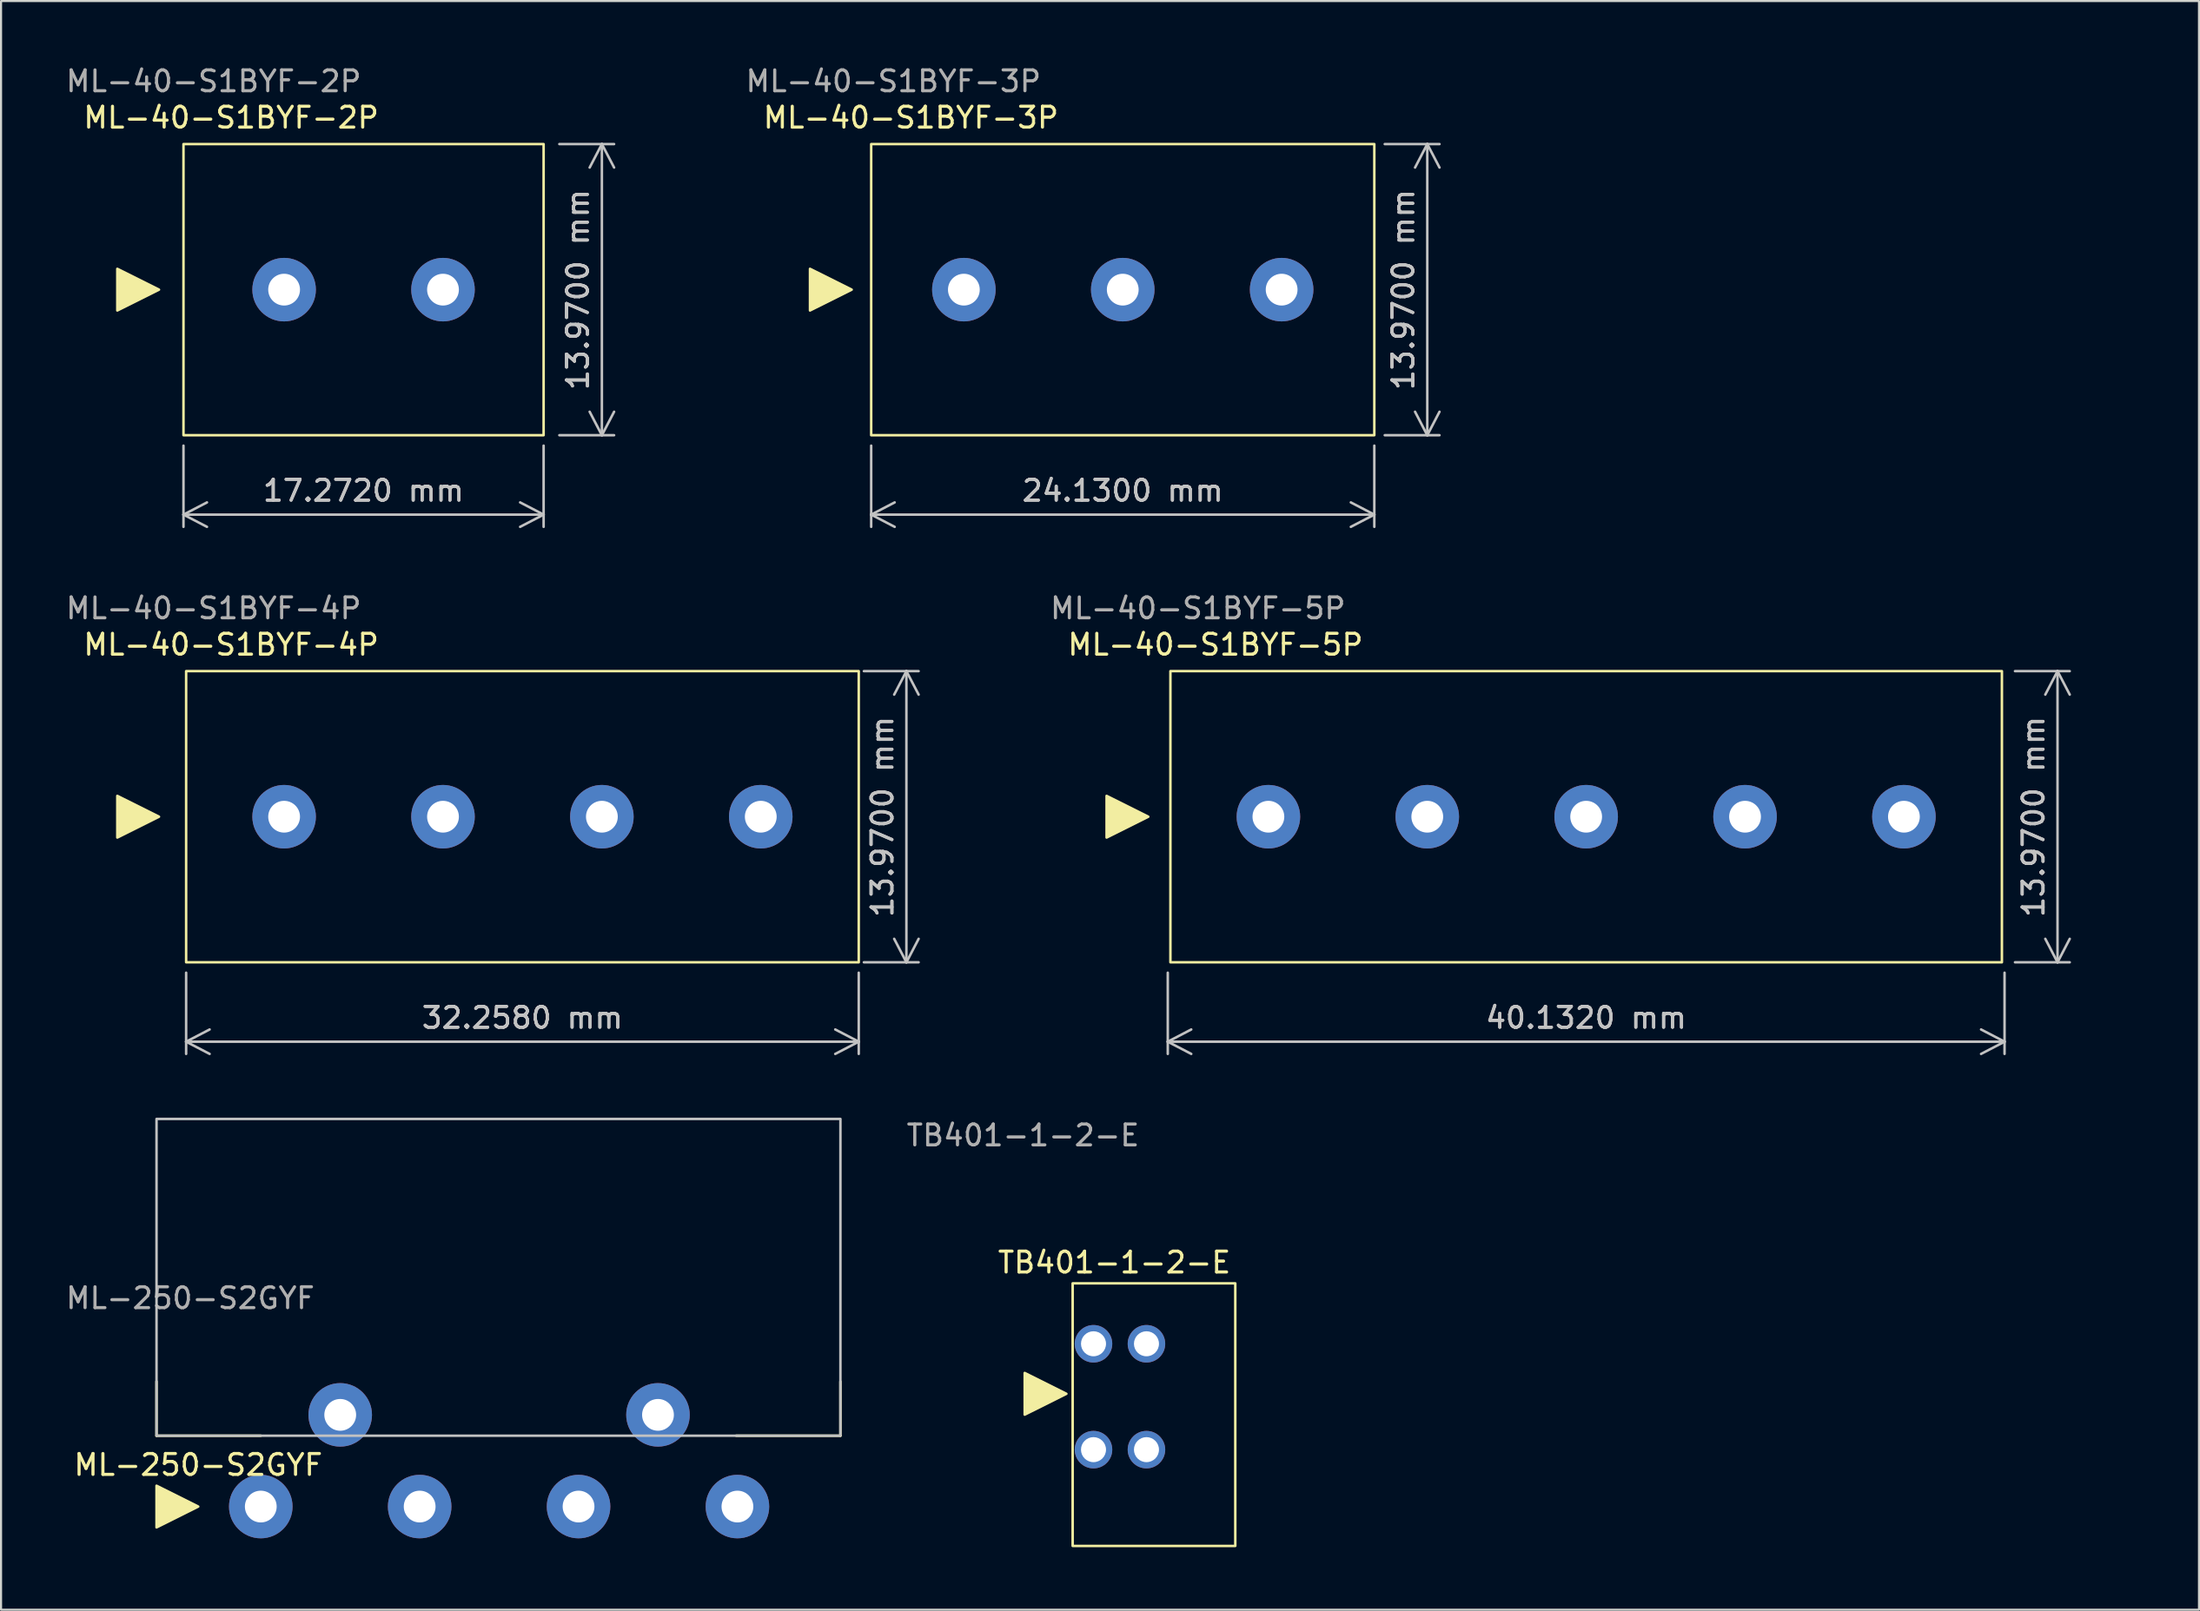
<source format=kicad_pcb>
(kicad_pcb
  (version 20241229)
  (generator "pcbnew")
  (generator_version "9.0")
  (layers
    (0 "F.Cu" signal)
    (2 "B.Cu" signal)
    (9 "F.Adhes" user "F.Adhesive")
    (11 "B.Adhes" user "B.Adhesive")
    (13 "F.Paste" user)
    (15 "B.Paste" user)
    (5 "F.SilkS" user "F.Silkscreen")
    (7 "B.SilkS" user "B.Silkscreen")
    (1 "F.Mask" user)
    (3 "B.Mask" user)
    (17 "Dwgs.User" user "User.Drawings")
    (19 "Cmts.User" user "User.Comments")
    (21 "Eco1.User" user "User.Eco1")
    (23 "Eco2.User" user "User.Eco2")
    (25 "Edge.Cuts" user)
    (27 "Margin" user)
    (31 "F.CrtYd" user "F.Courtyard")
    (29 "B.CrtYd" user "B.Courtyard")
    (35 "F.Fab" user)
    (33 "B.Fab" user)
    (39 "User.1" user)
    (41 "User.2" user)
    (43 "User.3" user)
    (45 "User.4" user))
  (footprint "ML-250-S2GYF"
    (layer "F.Cu")
    (at 9.457 69.239)
    (property "Reference" "ML-250-S2GYF" (at -3 -2 0) (unlocked yes) (layer "F.SilkS") (effects (font (size 1 1) (thickness 0.15))))
    (attr through_hole)
    (fp_line (start -5 -3.4) (end -5 -6) (stroke (width 0.12) (type default)) (layer "F.SilkS"))
    (fp_line (start -5 -3.4) (end 0 -3.4) (stroke (width 0.12) (type default)) (layer "F.SilkS"))
    (fp_line (start 27.8 -3.4) (end 22.8 -3.4) (stroke (width 0.12) (type default)) (layer "F.SilkS"))
    (fp_line (start 27.8 -3.4) (end 27.8 -6) (stroke (width 0.12) (type default)) (layer "F.SilkS"))
    (fp_poly (pts (xy -3 0) (xy -5 -1) (xy -5 1)) (stroke (width 0.12) (type solid)) (fill yes) (layer "F.SilkS"))
    (fp_rect (start -5 -18.6) (end 27.8 -3.4) (stroke (width 0.12) (type default)) (fill no) (layer "Dwgs.User"))
    (fp_text user "${REFERENCE}" (at -3.38 -10 0) (unlocked yes) (layer "F.Fab") (effects (font (size 1 1) (thickness 0.15))))
    (pad "" thru_hole circle (at 3.81 -4.4) (size 3.048 3.048) (drill 1.524) (layers "*.Cu" "*.Mask"))
    (pad "" thru_hole circle (at 19.05 -4.4) (size 3.048 3.048) (drill 1.524) (layers "*.Cu" "*.Mask"))
    (pad "1" thru_hole circle (at 0 0) (size 3.048 3.048) (drill 1.524) (layers "*.Cu" "*.Mask"))
    (pad "2" thru_hole circle (at 7.62 0) (size 3.048 3.048) (drill 1.524) (layers "*.Cu" "*.Mask"))
    (pad "3" thru_hole circle (at 15.24 0) (size 3.048 3.048) (drill 1.524) (layers "*.Cu" "*.Mask"))
    (pad "4" thru_hole circle (at 22.86 0) (size 3.048 3.048) (drill 1.524) (layers "*.Cu" "*.Mask")))
  (footprint "TB401-1-2-E"
    (layer "F.Cu")
    (at 49.394 61.428)
    (property "Reference" "TB401-1-2-E" (at 1 -3.9 0) (unlocked yes) (layer "F.SilkS") (effects (font (size 1 1) (thickness 0.15))))
    (attr through_hole)
    (fp_rect (start -1 -2.9) (end 6.8 9.7) (stroke (width 0.12) (type default)) (fill no) (layer "F.SilkS"))
    (fp_poly (pts (xy -1.3 2.4) (xy -3.3 1.4) (xy -3.3 3.4)) (stroke (width 0.12) (type solid)) (fill yes) (layer "F.SilkS"))
    (fp_text user "${REFERENCE}" (at -3.38 -10 0) (unlocked yes) (layer "F.Fab") (effects (font (size 1 1) (thickness 0.15))))
    (pad "1" thru_hole circle (at 0 0) (size 1.8 1.8) (drill 1.2) (layers "*.Cu" "*.Mask"))
    (pad "1" thru_hole circle (at 0 5.08) (size 1.8 1.8) (drill 1.2) (layers "*.Cu" "*.Mask"))
    (pad "2" thru_hole circle (at 2.54 0) (size 1.8 1.8) (drill 1.2) (layers "*.Cu" "*.Mask"))
    (pad "2" thru_hole circle (at 2.54 5.08) (size 1.8 1.8) (drill 1.2) (layers "*.Cu" "*.Mask")))
  (footprint "ML-40-S1BYF-5P"
    (layer "F.Cu")
    (at 73.022 36.138)
    (property "Reference" "ML-40-S1BYF-5P" (at -17.78 -8.255 0) (unlocked yes) (layer "F.SilkS") (effects (font (size 1 1) (thickness 0.15))))
    (attr through_hole)
    (fp_rect (start -19.939 -6.985) (end 19.939 6.985) (stroke (width 0.12) (type default)) (fill no) (layer "F.SilkS"))
    (fp_poly (pts (xy -21 0) (xy -23 -1) (xy -23 1)) (stroke (width 0.12) (type solid)) (fill yes) (layer "F.SilkS"))
    (fp_text user "${REFERENCE}" (at -18.62 -10 0) (unlocked yes) (layer "F.Fab") (effects (font (size 1 1) (thickness 0.15))))
    (dimension (type aligned) (layer "Dwgs.User") (pts (xy 52.956 43.123) (xy 93.088 43.123)) (height 3.81) (format (prefix "") (suffix "") (units 3) (units_format 1) (precision 4)) (style (thickness 0.12) (arrow_length 1.27) (text_position_mode 0) (arrow_direction outward) (extension_height 0.586) (extension_offset 0.5) (keep_text_aligned yes)) (gr_text "40.1320 mm" (at 73.022 45.783 0) (layer "Dwgs.User") (effects (font (size 1 1) (thickness 0.15)))))
    (dimension (type aligned) (layer "Dwgs.User") (pts (xy 93.088 29.153) (xy 93.088 43.123)) (height -2.54) (format (prefix "") (suffix "") (units 3) (units_format 1) (precision 4)) (style (thickness 0.12) (arrow_length 1.27) (text_position_mode 0) (arrow_direction outward) (extension_height 0.586) (extension_offset 0.5) (keep_text_aligned yes)) (gr_text "13.9700 mm" (at 94.478 36.138 90) (layer "Dwgs.User") (effects (font (size 1 1) (thickness 0.15)))))
    (pad "1" thru_hole circle (at -15.24 0) (size 3.048 3.048) (drill 1.524) (layers "*.Cu" "*.Mask"))
    (pad "2" thru_hole circle (at -7.62 0) (size 3.048 3.048) (drill 1.524) (layers "*.Cu" "*.Mask"))
    (pad "3" thru_hole circle (at 0 0) (size 3.048 3.048) (drill 1.524) (layers "*.Cu" "*.Mask"))
    (pad "4" thru_hole circle (at 7.62 0) (size 3.048 3.048) (drill 1.524) (layers "*.Cu" "*.Mask"))
    (pad "5" thru_hole circle (at 15.24 0) (size 3.048 3.048) (drill 1.524) (layers "*.Cu" "*.Mask")))
  (footprint "ML-40-S1BYF-2P"
    (layer "F.Cu")
    (at 10.576 10.848)
    (property "Reference" "ML-40-S1BYF-2P" (at -2.54 -8.255 0) (unlocked yes) (layer "F.SilkS") (effects (font (size 1 1) (thickness 0.15))))
    (attr through_hole)
    (fp_rect (start -4.826 -6.985) (end 12.446 6.985) (stroke (width 0.12) (type default)) (fill no) (layer "F.SilkS"))
    (fp_poly (pts (xy -6 0) (xy -8 -1) (xy -8 1)) (stroke (width 0.12) (type solid)) (fill yes) (layer "F.SilkS"))
    (fp_text user "${REFERENCE}" (at -3.38 -10 0) (unlocked yes) (layer "F.Fab") (effects (font (size 1 1) (thickness 0.15))))
    (dimension (type aligned) (layer "Dwgs.User") (pts (xy 23.276 3.863) (xy 23.276 17.833)) (height -2.54) (format (prefix "") (suffix "") (units 3) (units_format 1) (precision 4)) (style (thickness 0.12) (arrow_length 1.27) (text_position_mode 0) (arrow_direction outward) (extension_height 0.586) (extension_offset 0.5) (keep_text_aligned yes)) (gr_text "13.9700 mm" (at 24.666 10.848 90) (layer "Dwgs.User") (effects (font (size 1 1) (thickness 0.15)))))
    (dimension (type aligned) (layer "Dwgs.User") (pts (xy 5.75 17.833) (xy 23.022 17.833)) (height 3.81) (format (prefix "") (suffix "") (units 3) (units_format 1) (precision 4)) (style (thickness 0.12) (arrow_length 1.27) (text_position_mode 0) (arrow_direction outward) (extension_height 0.586) (extension_offset 0.5) (keep_text_aligned yes)) (gr_text "17.2720 mm" (at 14.386 20.493 0) (layer "Dwgs.User") (effects (font (size 1 1) (thickness 0.15)))))
    (pad "1" thru_hole circle (at 0 0) (size 3.048 3.048) (drill 1.524) (layers "*.Cu" "*.Mask"))
    (pad "2" thru_hole circle (at 7.62 0) (size 3.048 3.048) (drill 1.524) (layers "*.Cu" "*.Mask")))
  (footprint "ML-40-S1BYF-4P"
    (layer "F.Cu")
    (at 10.576 36.138)
    (property "Reference" "ML-40-S1BYF-4P" (at -2.54 -8.255 0) (unlocked yes) (layer "F.SilkS") (effects (font (size 1 1) (thickness 0.15))))
    (attr through_hole)
    (fp_rect (start -4.699 -6.985) (end 27.559 6.985) (stroke (width 0.12) (type default)) (fill no) (layer "F.SilkS"))
    (fp_poly (pts (xy -6 0) (xy -8 -1) (xy -8 1)) (stroke (width 0.12) (type solid)) (fill yes) (layer "F.SilkS"))
    (fp_text user "${REFERENCE}" (at -3.38 -10 0) (unlocked yes) (layer "F.Fab") (effects (font (size 1 1) (thickness 0.15))))
    (dimension (type aligned) (layer "Dwgs.User") (pts (xy 37.881 29.153) (xy 37.881 43.123)) (height -2.54) (format (prefix "") (suffix "") (units 3) (units_format 1) (precision 4)) (style (thickness 0.12) (arrow_length 1.27) (text_position_mode 0) (arrow_direction outward) (extension_height 0.586) (extension_offset 0.5) (keep_text_aligned yes)) (gr_text "13.9700 mm" (at 39.271 36.138 90) (layer "Dwgs.User") (effects (font (size 1 1) (thickness 0.15)))))
    (dimension (type aligned) (layer "Dwgs.User") (pts (xy 5.877 43.123) (xy 38.135 43.123)) (height 3.81) (format (prefix "") (suffix "") (units 3) (units_format 1) (precision 4)) (style (thickness 0.12) (arrow_length 1.27) (text_position_mode 0) (arrow_direction outward) (extension_height 0.586) (extension_offset 0.5) (keep_text_aligned yes)) (gr_text "32.2580 mm" (at 22.006 45.783 0) (layer "Dwgs.User") (effects (font (size 1 1) (thickness 0.15)))))
    (pad "1" thru_hole circle (at 0 0) (size 3.048 3.048) (drill 1.524) (layers "*.Cu" "*.Mask"))
    (pad "2" thru_hole circle (at 7.62 0) (size 3.048 3.048) (drill 1.524) (layers "*.Cu" "*.Mask"))
    (pad "3" thru_hole circle (at 15.24 0) (size 3.048 3.048) (drill 1.524) (layers "*.Cu" "*.Mask"))
    (pad "4" thru_hole circle (at 22.86 0) (size 3.048 3.048) (drill 1.524) (layers "*.Cu" "*.Mask")))
  (footprint "ML-40-S1BYF-3P"
    (layer "F.Cu")
    (at 50.797 10.848)
    (property "Reference" "ML-40-S1BYF-3P" (at -10.16 -8.255 0) (unlocked yes) (layer "F.SilkS") (effects (font (size 1 1) (thickness 0.15))))
    (attr through_hole)
    (fp_rect (start -12.065 -6.985) (end 12.065 6.985) (stroke (width 0.12) (type default)) (fill no) (layer "F.SilkS"))
    (fp_poly (pts (xy -13 0) (xy -15 -1) (xy -15 1)) (stroke (width 0.12) (type solid)) (fill yes) (layer "F.SilkS"))
    (fp_text user "${REFERENCE}" (at -11 -10 0) (unlocked yes) (layer "F.Fab") (effects (font (size 1 1) (thickness 0.15))))
    (dimension (type aligned) (layer "Dwgs.User") (pts (xy 38.732 17.833) (xy 62.862 17.833)) (height 3.81) (format (prefix "") (suffix "") (units 3) (units_format 1) (precision 4)) (style (thickness 0.12) (arrow_length 1.27) (text_position_mode 0) (arrow_direction outward) (extension_height 0.586) (extension_offset 0.5) (keep_text_aligned yes)) (gr_text "24.1300 mm" (at 50.797 20.493 0) (layer "Dwgs.User") (effects (font (size 1 1) (thickness 0.15)))))
    (dimension (type aligned) (layer "Dwgs.User") (pts (xy 62.862 3.863) (xy 62.862 17.833)) (height -2.54) (format (prefix "") (suffix "") (units 3) (units_format 1) (precision 4)) (style (thickness 0.12) (arrow_length 1.27) (text_position_mode 0) (arrow_direction outward) (extension_height 0.586) (extension_offset 0.5) (keep_text_aligned yes)) (gr_text "13.9700 mm" (at 64.252 10.848 90) (layer "Dwgs.User") (effects (font (size 1 1) (thickness 0.15)))))
    (pad "1" thru_hole circle (at -7.62 0) (size 3.048 3.048) (drill 1.524) (layers "*.Cu" "*.Mask"))
    (pad "2" thru_hole circle (at 0 0) (size 3.048 3.048) (drill 1.524) (layers "*.Cu" "*.Mask"))
    (pad "3" thru_hole circle (at 7.62 0) (size 3.048 3.048) (drill 1.524) (layers "*.Cu" "*.Mask")))
  (gr_rect
    (start -3 -3)
    (end 102.413 74.188)
    (stroke (width 0.1) (type default))
    (fill no)
    (layer "Edge.Cuts")))
</source>
